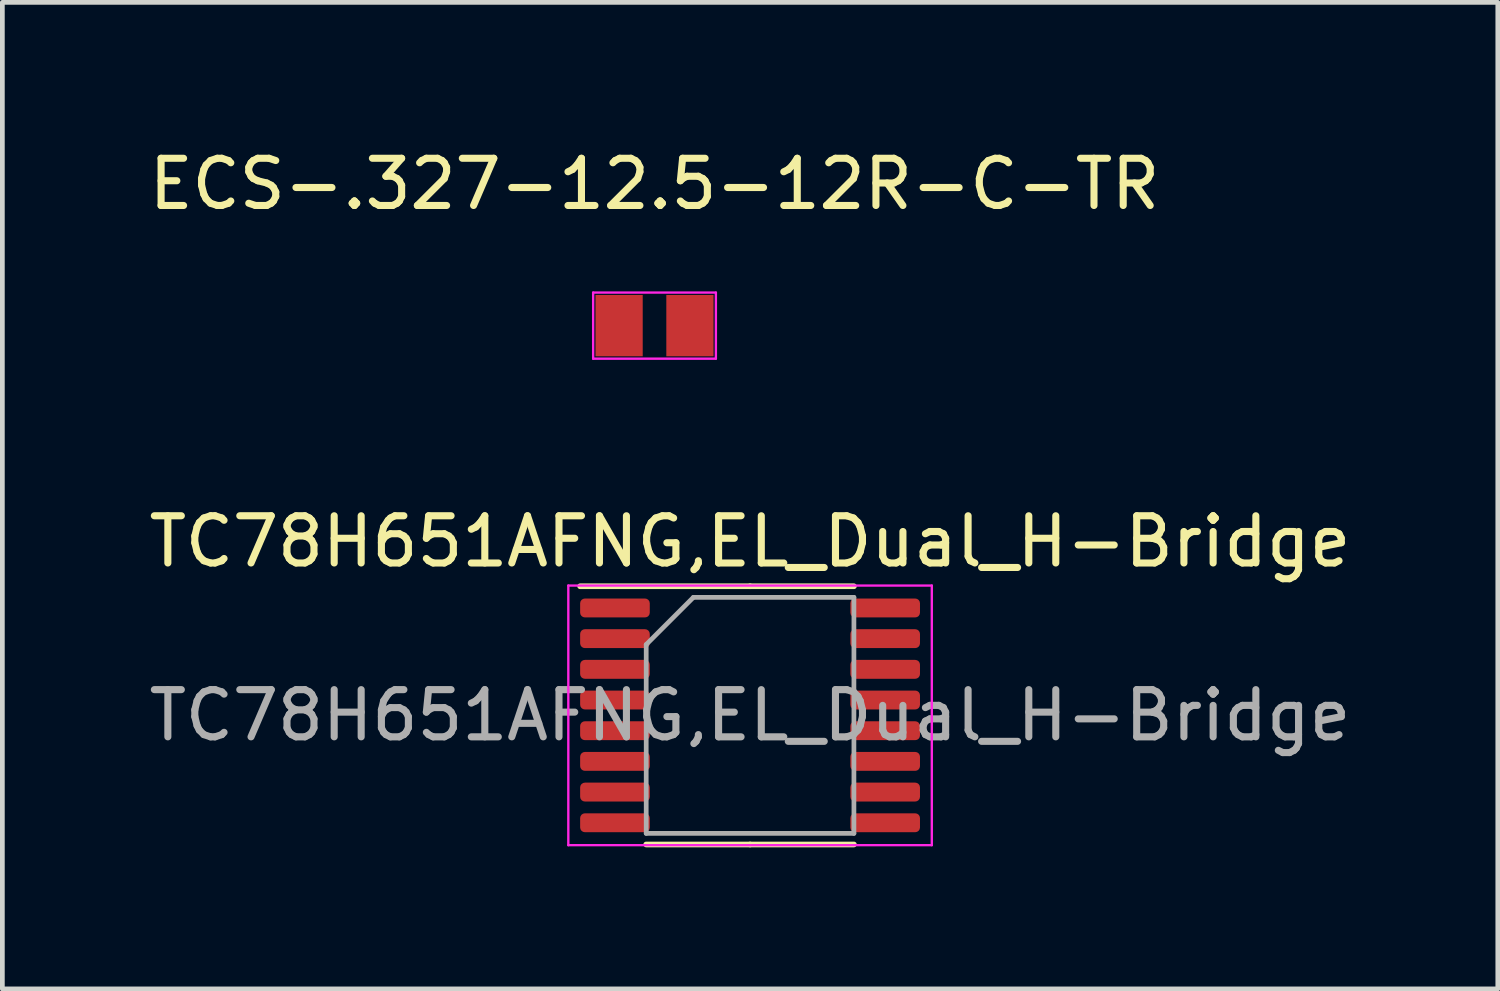
<source format=kicad_pcb>
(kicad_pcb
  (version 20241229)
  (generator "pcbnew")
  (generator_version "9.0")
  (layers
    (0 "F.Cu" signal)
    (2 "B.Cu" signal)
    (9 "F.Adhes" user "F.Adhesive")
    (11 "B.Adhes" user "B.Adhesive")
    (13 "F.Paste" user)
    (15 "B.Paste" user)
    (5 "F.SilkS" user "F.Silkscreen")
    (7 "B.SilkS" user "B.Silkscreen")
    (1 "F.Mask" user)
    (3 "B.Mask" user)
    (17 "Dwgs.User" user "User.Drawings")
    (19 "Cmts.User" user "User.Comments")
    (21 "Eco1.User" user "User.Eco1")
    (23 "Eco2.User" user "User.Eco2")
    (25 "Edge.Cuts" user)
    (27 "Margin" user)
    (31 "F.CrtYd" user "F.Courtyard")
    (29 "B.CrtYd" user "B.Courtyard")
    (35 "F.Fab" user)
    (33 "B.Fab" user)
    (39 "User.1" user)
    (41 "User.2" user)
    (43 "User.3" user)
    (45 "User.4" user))
  (footprint "ECS-.327-12.5-12R-C-TR"
    (layer "F.Cu")
    (at 10.815 3.848)
    (property "Reference" "ECS-.327-12.5-12R-C-TR" (at 0 -3 0) (layer "F.SilkS") (effects (font (size 1 1) (thickness 0.15))))
    (attr through_hole)
    (fp_line (start -1.3 -0.7) (end 1.3 -0.7) (stroke (width 0.05) (type solid)) (layer "F.CrtYd"))
    (fp_line (start -1.3 0.7) (end -1.3 -0.7) (stroke (width 0.05) (type solid)) (layer "F.CrtYd"))
    (fp_line (start 1.3 -0.7) (end 1.3 0.7) (stroke (width 0.05) (type solid)) (layer "F.CrtYd"))
    (fp_line (start 1.3 0.7) (end -1.3 0.7) (stroke (width 0.05) (type solid)) (layer "F.CrtYd"))
    (pad "1" smd rect (at -0.75 0) (size 1 1.3) (layers "F.Cu" "F.Mask" "F.Paste"))
    (pad "2" smd rect (at 0.75 0) (size 1 1.3) (layers "F.Cu" "F.Mask" "F.Paste")))
  (footprint "TC78H651AFNG,EL_Dual_H-Bridge"
    (layer "F.Cu")
    (at 12.839 12.104)
    (property "Reference" "TC78H651AFNG,EL_Dual_H-Bridge" (at 0 -3.683 0) (layer "F.SilkS") (effects (font (size 1 1) (thickness 0.15))))
    (attr through_hole)
    (fp_line (start 0 -2.735) (end -3.6 -2.735) (stroke (width 0.12) (type solid)) (layer "F.SilkS"))
    (fp_line (start 0 -2.735) (end 2.2 -2.735) (stroke (width 0.12) (type solid)) (layer "F.SilkS"))
    (fp_line (start 0 2.735) (end -2.2 2.735) (stroke (width 0.12) (type solid)) (layer "F.SilkS"))
    (fp_line (start 0 2.735) (end 2.2 2.735) (stroke (width 0.12) (type solid)) (layer "F.SilkS"))
    (fp_line (start -3.85 -2.75) (end -3.85 2.75) (stroke (width 0.05) (type solid)) (layer "F.CrtYd"))
    (fp_line (start -3.85 2.75) (end 3.85 2.75) (stroke (width 0.05) (type solid)) (layer "F.CrtYd"))
    (fp_line (start 3.85 -2.75) (end -3.85 -2.75) (stroke (width 0.05) (type solid)) (layer "F.CrtYd"))
    (fp_line (start 3.85 2.75) (end 3.85 -2.75) (stroke (width 0.05) (type solid)) (layer "F.CrtYd"))
    (fp_line (start -2.2 -1.5) (end -1.2 -2.5) (stroke (width 0.1) (type solid)) (layer "F.Fab"))
    (fp_line (start -2.2 2.5) (end -2.2 -1.5) (stroke (width 0.1) (type solid)) (layer "F.Fab"))
    (fp_line (start -1.2 -2.5) (end 2.2 -2.5) (stroke (width 0.1) (type solid)) (layer "F.Fab"))
    (fp_line (start 2.2 -2.5) (end 2.2 2.5) (stroke (width 0.1) (type solid)) (layer "F.Fab"))
    (fp_line (start 2.2 2.5) (end -2.2 2.5) (stroke (width 0.1) (type solid)) (layer "F.Fab"))
    (fp_text user "${REFERENCE}" (at 0 0 0) (layer "F.Fab") (effects (font (size 1 1) (thickness 0.15))))
    (pad "1" smd roundrect (at -2.862 -2.275) (size 1.475 0.4) (layers "F.Cu" "F.Mask" "F.Paste") (roundrect_rratio 0.25))
    (pad "2" smd roundrect (at -2.862 -1.625) (size 1.475 0.4) (layers "F.Cu" "F.Mask" "F.Paste") (roundrect_rratio 0.25))
    (pad "3" smd roundrect (at -2.862 -0.975) (size 1.475 0.4) (layers "F.Cu" "F.Mask" "F.Paste") (roundrect_rratio 0.25))
    (pad "4" smd roundrect (at -2.862 -0.325) (size 1.475 0.4) (layers "F.Cu" "F.Mask" "F.Paste") (roundrect_rratio 0.25))
    (pad "5" smd roundrect (at -2.862 0.325) (size 1.475 0.4) (layers "F.Cu" "F.Mask" "F.Paste") (roundrect_rratio 0.25))
    (pad "6" smd roundrect (at -2.862 0.975) (size 1.475 0.4) (layers "F.Cu" "F.Mask" "F.Paste") (roundrect_rratio 0.25))
    (pad "7" smd roundrect (at -2.862 1.625) (size 1.475 0.4) (layers "F.Cu" "F.Mask" "F.Paste") (roundrect_rratio 0.25))
    (pad "8" smd roundrect (at -2.862 2.275) (size 1.475 0.4) (layers "F.Cu" "F.Mask" "F.Paste") (roundrect_rratio 0.25))
    (pad "9" smd roundrect (at 2.862 2.275) (size 1.475 0.4) (layers "F.Cu" "F.Mask" "F.Paste") (roundrect_rratio 0.25))
    (pad "10" smd roundrect (at 2.862 1.625) (size 1.475 0.4) (layers "F.Cu" "F.Mask" "F.Paste") (roundrect_rratio 0.25))
    (pad "11" smd roundrect (at 2.862 0.975) (size 1.475 0.4) (layers "F.Cu" "F.Mask" "F.Paste") (roundrect_rratio 0.25))
    (pad "12" smd roundrect (at 2.862 0.325) (size 1.475 0.4) (layers "F.Cu" "F.Mask" "F.Paste") (roundrect_rratio 0.25))
    (pad "13" smd roundrect (at 2.862 -0.325) (size 1.475 0.4) (layers "F.Cu" "F.Mask" "F.Paste") (roundrect_rratio 0.25))
    (pad "14" smd roundrect (at 2.862 -0.975) (size 1.475 0.4) (layers "F.Cu" "F.Mask" "F.Paste") (roundrect_rratio 0.25))
    (pad "15" smd roundrect (at 2.862 -1.625) (size 1.475 0.4) (layers "F.Cu" "F.Mask" "F.Paste") (roundrect_rratio 0.25))
    (pad "16" smd roundrect (at 2.862 -2.275) (size 1.475 0.4) (layers "F.Cu" "F.Mask" "F.Paste") (roundrect_rratio 0.25)))
  (gr_rect
    (start -3 -3)
    (end 28.679 17.899)
    (stroke (width 0.1) (type default))
    (fill no)
    (layer "Edge.Cuts")))
</source>
